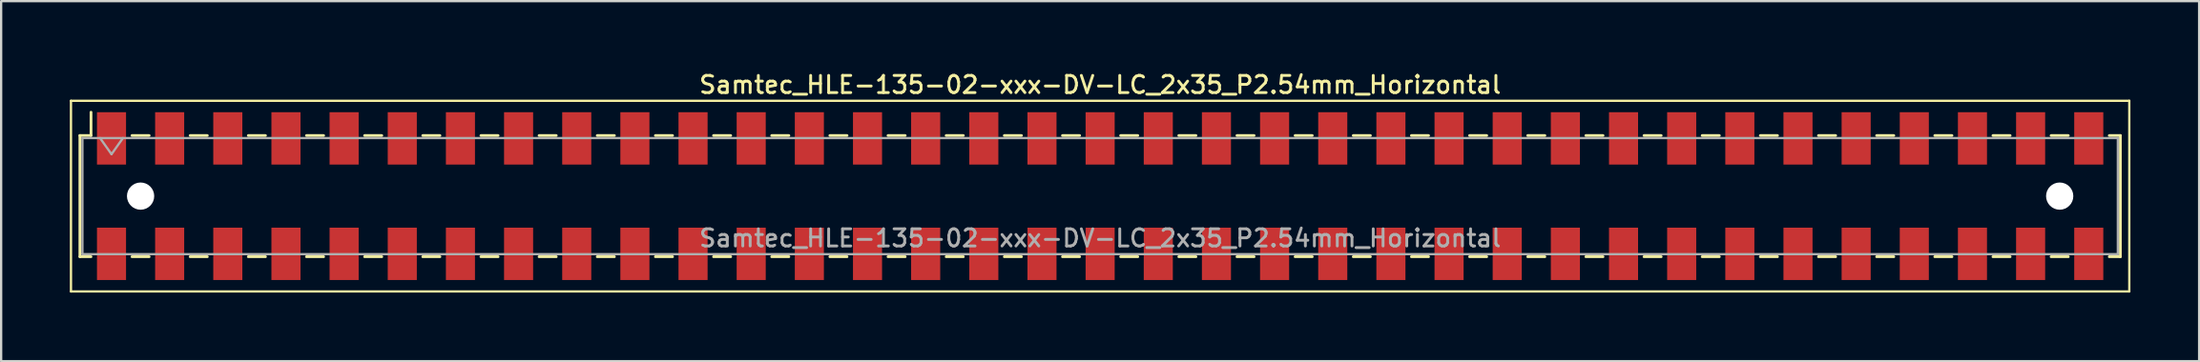
<source format=kicad_pcb>
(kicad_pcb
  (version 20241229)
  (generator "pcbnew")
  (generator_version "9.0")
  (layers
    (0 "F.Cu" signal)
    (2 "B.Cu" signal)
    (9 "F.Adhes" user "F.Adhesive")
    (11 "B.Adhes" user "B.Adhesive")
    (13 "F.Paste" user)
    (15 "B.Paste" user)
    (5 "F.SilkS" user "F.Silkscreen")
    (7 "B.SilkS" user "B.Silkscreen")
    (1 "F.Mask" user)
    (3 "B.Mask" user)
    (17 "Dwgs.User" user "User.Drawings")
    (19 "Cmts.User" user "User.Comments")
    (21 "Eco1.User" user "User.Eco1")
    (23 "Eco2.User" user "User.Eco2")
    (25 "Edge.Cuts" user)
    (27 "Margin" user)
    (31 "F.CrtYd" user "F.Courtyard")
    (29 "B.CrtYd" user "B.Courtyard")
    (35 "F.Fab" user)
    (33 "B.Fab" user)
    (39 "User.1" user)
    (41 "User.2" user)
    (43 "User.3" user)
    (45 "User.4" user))
  (footprint "Samtec_HLE-135-02-xxx-DV-LC_2x35_P2.54mm_Horizontal"
    (layer "F.Cu")
    (at 45 5.528)
    (property "Reference" "Samtec_HLE-135-02-xxx-DV-LC_2x35_P2.54mm_Horizontal" (at 0 -4.87 0) (layer "F.SilkS") (effects (font (size 0.75 0.75) (thickness 0.125))))
    (attr smd)
    (fp_line (start -44.95 -4.17) (end 44.95 -4.17) (stroke (width 0.1) (type solid)) (layer "F.SilkS"))
    (fp_line (start -44.95 4.17) (end -44.95 -4.17) (stroke (width 0.1) (type solid)) (layer "F.SilkS"))
    (fp_line (start -44.56 -2.65) (end -44.56 2.65) (stroke (width 0.12) (type solid)) (layer "F.SilkS"))
    (fp_line (start -44.56 2.65) (end -44.075 2.65) (stroke (width 0.12) (type solid)) (layer "F.SilkS"))
    (fp_line (start -44.075 -3.67) (end -44.075 -2.65) (stroke (width 0.12) (type solid)) (layer "F.SilkS"))
    (fp_line (start -44.075 -2.65) (end -44.56 -2.65) (stroke (width 0.12) (type solid)) (layer "F.SilkS"))
    (fp_line (start -42.285 -2.65) (end -41.535 -2.65) (stroke (width 0.12) (type solid)) (layer "F.SilkS"))
    (fp_line (start -42.285 2.65) (end -41.535 2.65) (stroke (width 0.12) (type solid)) (layer "F.SilkS"))
    (fp_line (start -39.745 -2.65) (end -38.995 -2.65) (stroke (width 0.12) (type solid)) (layer "F.SilkS"))
    (fp_line (start -39.745 2.65) (end -38.995 2.65) (stroke (width 0.12) (type solid)) (layer "F.SilkS"))
    (fp_line (start -37.205 -2.65) (end -36.455 -2.65) (stroke (width 0.12) (type solid)) (layer "F.SilkS"))
    (fp_line (start -37.205 2.65) (end -36.455 2.65) (stroke (width 0.12) (type solid)) (layer "F.SilkS"))
    (fp_line (start -34.665 -2.65) (end -33.915 -2.65) (stroke (width 0.12) (type solid)) (layer "F.SilkS"))
    (fp_line (start -34.665 2.65) (end -33.915 2.65) (stroke (width 0.12) (type solid)) (layer "F.SilkS"))
    (fp_line (start -32.125 -2.65) (end -31.375 -2.65) (stroke (width 0.12) (type solid)) (layer "F.SilkS"))
    (fp_line (start -32.125 2.65) (end -31.375 2.65) (stroke (width 0.12) (type solid)) (layer "F.SilkS"))
    (fp_line (start -29.585 -2.65) (end -28.835 -2.65) (stroke (width 0.12) (type solid)) (layer "F.SilkS"))
    (fp_line (start -29.585 2.65) (end -28.835 2.65) (stroke (width 0.12) (type solid)) (layer "F.SilkS"))
    (fp_line (start -27.045 -2.65) (end -26.295 -2.65) (stroke (width 0.12) (type solid)) (layer "F.SilkS"))
    (fp_line (start -27.045 2.65) (end -26.295 2.65) (stroke (width 0.12) (type solid)) (layer "F.SilkS"))
    (fp_line (start -24.505 -2.65) (end -23.755 -2.65) (stroke (width 0.12) (type solid)) (layer "F.SilkS"))
    (fp_line (start -24.505 2.65) (end -23.755 2.65) (stroke (width 0.12) (type solid)) (layer "F.SilkS"))
    (fp_line (start -21.965 -2.65) (end -21.215 -2.65) (stroke (width 0.12) (type solid)) (layer "F.SilkS"))
    (fp_line (start -21.965 2.65) (end -21.215 2.65) (stroke (width 0.12) (type solid)) (layer "F.SilkS"))
    (fp_line (start -19.425 -2.65) (end -18.675 -2.65) (stroke (width 0.12) (type solid)) (layer "F.SilkS"))
    (fp_line (start -19.425 2.65) (end -18.675 2.65) (stroke (width 0.12) (type solid)) (layer "F.SilkS"))
    (fp_line (start -16.885 -2.65) (end -16.135 -2.65) (stroke (width 0.12) (type solid)) (layer "F.SilkS"))
    (fp_line (start -16.885 2.65) (end -16.135 2.65) (stroke (width 0.12) (type solid)) (layer "F.SilkS"))
    (fp_line (start -14.345 -2.65) (end -13.595 -2.65) (stroke (width 0.12) (type solid)) (layer "F.SilkS"))
    (fp_line (start -14.345 2.65) (end -13.595 2.65) (stroke (width 0.12) (type solid)) (layer "F.SilkS"))
    (fp_line (start -11.805 -2.65) (end -11.055 -2.65) (stroke (width 0.12) (type solid)) (layer "F.SilkS"))
    (fp_line (start -11.805 2.65) (end -11.055 2.65) (stroke (width 0.12) (type solid)) (layer "F.SilkS"))
    (fp_line (start -9.265 -2.65) (end -8.515 -2.65) (stroke (width 0.12) (type solid)) (layer "F.SilkS"))
    (fp_line (start -9.265 2.65) (end -8.515 2.65) (stroke (width 0.12) (type solid)) (layer "F.SilkS"))
    (fp_line (start -6.725 -2.65) (end -5.975 -2.65) (stroke (width 0.12) (type solid)) (layer "F.SilkS"))
    (fp_line (start -6.725 2.65) (end -5.975 2.65) (stroke (width 0.12) (type solid)) (layer "F.SilkS"))
    (fp_line (start -4.185 -2.65) (end -3.435 -2.65) (stroke (width 0.12) (type solid)) (layer "F.SilkS"))
    (fp_line (start -4.185 2.65) (end -3.435 2.65) (stroke (width 0.12) (type solid)) (layer "F.SilkS"))
    (fp_line (start -1.645 -2.65) (end -0.895 -2.65) (stroke (width 0.12) (type solid)) (layer "F.SilkS"))
    (fp_line (start -1.645 2.65) (end -0.895 2.65) (stroke (width 0.12) (type solid)) (layer "F.SilkS"))
    (fp_line (start 0.895 -2.65) (end 1.645 -2.65) (stroke (width 0.12) (type solid)) (layer "F.SilkS"))
    (fp_line (start 0.895 2.65) (end 1.645 2.65) (stroke (width 0.12) (type solid)) (layer "F.SilkS"))
    (fp_line (start 3.435 -2.65) (end 4.185 -2.65) (stroke (width 0.12) (type solid)) (layer "F.SilkS"))
    (fp_line (start 3.435 2.65) (end 4.185 2.65) (stroke (width 0.12) (type solid)) (layer "F.SilkS"))
    (fp_line (start 5.975 -2.65) (end 6.725 -2.65) (stroke (width 0.12) (type solid)) (layer "F.SilkS"))
    (fp_line (start 5.975 2.65) (end 6.725 2.65) (stroke (width 0.12) (type solid)) (layer "F.SilkS"))
    (fp_line (start 8.515 -2.65) (end 9.265 -2.65) (stroke (width 0.12) (type solid)) (layer "F.SilkS"))
    (fp_line (start 8.515 2.65) (end 9.265 2.65) (stroke (width 0.12) (type solid)) (layer "F.SilkS"))
    (fp_line (start 11.055 -2.65) (end 11.805 -2.65) (stroke (width 0.12) (type solid)) (layer "F.SilkS"))
    (fp_line (start 11.055 2.65) (end 11.805 2.65) (stroke (width 0.12) (type solid)) (layer "F.SilkS"))
    (fp_line (start 13.595 -2.65) (end 14.345 -2.65) (stroke (width 0.12) (type solid)) (layer "F.SilkS"))
    (fp_line (start 13.595 2.65) (end 14.345 2.65) (stroke (width 0.12) (type solid)) (layer "F.SilkS"))
    (fp_line (start 16.135 -2.65) (end 16.885 -2.65) (stroke (width 0.12) (type solid)) (layer "F.SilkS"))
    (fp_line (start 16.135 2.65) (end 16.885 2.65) (stroke (width 0.12) (type solid)) (layer "F.SilkS"))
    (fp_line (start 18.675 -2.65) (end 19.425 -2.65) (stroke (width 0.12) (type solid)) (layer "F.SilkS"))
    (fp_line (start 18.675 2.65) (end 19.425 2.65) (stroke (width 0.12) (type solid)) (layer "F.SilkS"))
    (fp_line (start 21.215 -2.65) (end 21.965 -2.65) (stroke (width 0.12) (type solid)) (layer "F.SilkS"))
    (fp_line (start 21.215 2.65) (end 21.965 2.65) (stroke (width 0.12) (type solid)) (layer "F.SilkS"))
    (fp_line (start 23.755 -2.65) (end 24.505 -2.65) (stroke (width 0.12) (type solid)) (layer "F.SilkS"))
    (fp_line (start 23.755 2.65) (end 24.505 2.65) (stroke (width 0.12) (type solid)) (layer "F.SilkS"))
    (fp_line (start 26.295 -2.65) (end 27.045 -2.65) (stroke (width 0.12) (type solid)) (layer "F.SilkS"))
    (fp_line (start 26.295 2.65) (end 27.045 2.65) (stroke (width 0.12) (type solid)) (layer "F.SilkS"))
    (fp_line (start 28.835 -2.65) (end 29.585 -2.65) (stroke (width 0.12) (type solid)) (layer "F.SilkS"))
    (fp_line (start 28.835 2.65) (end 29.585 2.65) (stroke (width 0.12) (type solid)) (layer "F.SilkS"))
    (fp_line (start 31.375 -2.65) (end 32.125 -2.65) (stroke (width 0.12) (type solid)) (layer "F.SilkS"))
    (fp_line (start 31.375 2.65) (end 32.125 2.65) (stroke (width 0.12) (type solid)) (layer "F.SilkS"))
    (fp_line (start 33.915 -2.65) (end 34.665 -2.65) (stroke (width 0.12) (type solid)) (layer "F.SilkS"))
    (fp_line (start 33.915 2.65) (end 34.665 2.65) (stroke (width 0.12) (type solid)) (layer "F.SilkS"))
    (fp_line (start 36.455 -2.65) (end 37.205 -2.65) (stroke (width 0.12) (type solid)) (layer "F.SilkS"))
    (fp_line (start 36.455 2.65) (end 37.205 2.65) (stroke (width 0.12) (type solid)) (layer "F.SilkS"))
    (fp_line (start 38.995 -2.65) (end 39.745 -2.65) (stroke (width 0.12) (type solid)) (layer "F.SilkS"))
    (fp_line (start 38.995 2.65) (end 39.745 2.65) (stroke (width 0.12) (type solid)) (layer "F.SilkS"))
    (fp_line (start 41.535 -2.65) (end 42.285 -2.65) (stroke (width 0.12) (type solid)) (layer "F.SilkS"))
    (fp_line (start 41.535 2.65) (end 42.285 2.65) (stroke (width 0.12) (type solid)) (layer "F.SilkS"))
    (fp_line (start 44.075 -2.65) (end 44.56 -2.65) (stroke (width 0.12) (type solid)) (layer "F.SilkS"))
    (fp_line (start 44.56 -2.65) (end 44.56 2.65) (stroke (width 0.12) (type solid)) (layer "F.SilkS"))
    (fp_line (start 44.56 2.65) (end 44.075 2.65) (stroke (width 0.12) (type solid)) (layer "F.SilkS"))
    (fp_line (start 44.95 -4.17) (end 44.95 4.17) (stroke (width 0.1) (type solid)) (layer "F.SilkS"))
    (fp_line (start 44.95 4.17) (end -44.95 4.17) (stroke (width 0.1) (type solid)) (layer "F.SilkS"))
    (fp_line (start -44.45 -2.54) (end 44.45 -2.54) (stroke (width 0.1) (type solid)) (layer "F.Fab"))
    (fp_line (start -44.45 2.54) (end -44.45 -2.54) (stroke (width 0.1) (type solid)) (layer "F.Fab"))
    (fp_line (start -43.68 -2.54) (end -43.18 -1.833) (stroke (width 0.1) (type solid)) (layer "F.Fab"))
    (fp_line (start -43.18 -1.833) (end -42.68 -2.54) (stroke (width 0.1) (type solid)) (layer "F.Fab"))
    (fp_line (start 44.45 -2.54) (end 44.45 2.54) (stroke (width 0.1) (type solid)) (layer "F.Fab"))
    (fp_line (start 44.45 2.54) (end -44.45 2.54) (stroke (width 0.1) (type solid)) (layer "F.Fab"))
    (fp_text user "${REFERENCE}" (at 0 1.84 0) (layer "F.Fab") (effects (font (size 0.75 0.75) (thickness 0.125))))
    (pad "" np_thru_hole circle (at -41.91 0) (size 1.19 1.19) (drill 1.19) (layers "*.Cu" "*.Mask"))
    (pad "" np_thru_hole circle (at 41.91 0) (size 1.19 1.19) (drill 1.19) (layers "*.Cu" "*.Mask"))
    (pad "1" smd rect (at -43.18 -2.525) (size 1.27 2.29) (layers "F.Cu" "F.Mask" "F.Paste"))
    (pad "2" smd rect (at -43.18 2.525) (size 1.27 2.29) (layers "F.Cu" "F.Mask" "F.Paste"))
    (pad "3" smd rect (at -40.64 -2.525) (size 1.27 2.29) (layers "F.Cu" "F.Mask" "F.Paste"))
    (pad "4" smd rect (at -40.64 2.525) (size 1.27 2.29) (layers "F.Cu" "F.Mask" "F.Paste"))
    (pad "5" smd rect (at -38.1 -2.525) (size 1.27 2.29) (layers "F.Cu" "F.Mask" "F.Paste"))
    (pad "6" smd rect (at -38.1 2.525) (size 1.27 2.29) (layers "F.Cu" "F.Mask" "F.Paste"))
    (pad "7" smd rect (at -35.56 -2.525) (size 1.27 2.29) (layers "F.Cu" "F.Mask" "F.Paste"))
    (pad "8" smd rect (at -35.56 2.525) (size 1.27 2.29) (layers "F.Cu" "F.Mask" "F.Paste"))
    (pad "9" smd rect (at -33.02 -2.525) (size 1.27 2.29) (layers "F.Cu" "F.Mask" "F.Paste"))
    (pad "10" smd rect (at -33.02 2.525) (size 1.27 2.29) (layers "F.Cu" "F.Mask" "F.Paste"))
    (pad "11" smd rect (at -30.48 -2.525) (size 1.27 2.29) (layers "F.Cu" "F.Mask" "F.Paste"))
    (pad "12" smd rect (at -30.48 2.525) (size 1.27 2.29) (layers "F.Cu" "F.Mask" "F.Paste"))
    (pad "13" smd rect (at -27.94 -2.525) (size 1.27 2.29) (layers "F.Cu" "F.Mask" "F.Paste"))
    (pad "14" smd rect (at -27.94 2.525) (size 1.27 2.29) (layers "F.Cu" "F.Mask" "F.Paste"))
    (pad "15" smd rect (at -25.4 -2.525) (size 1.27 2.29) (layers "F.Cu" "F.Mask" "F.Paste"))
    (pad "16" smd rect (at -25.4 2.525) (size 1.27 2.29) (layers "F.Cu" "F.Mask" "F.Paste"))
    (pad "17" smd rect (at -22.86 -2.525) (size 1.27 2.29) (layers "F.Cu" "F.Mask" "F.Paste"))
    (pad "18" smd rect (at -22.86 2.525) (size 1.27 2.29) (layers "F.Cu" "F.Mask" "F.Paste"))
    (pad "19" smd rect (at -20.32 -2.525) (size 1.27 2.29) (layers "F.Cu" "F.Mask" "F.Paste"))
    (pad "20" smd rect (at -20.32 2.525) (size 1.27 2.29) (layers "F.Cu" "F.Mask" "F.Paste"))
    (pad "21" smd rect (at -17.78 -2.525) (size 1.27 2.29) (layers "F.Cu" "F.Mask" "F.Paste"))
    (pad "22" smd rect (at -17.78 2.525) (size 1.27 2.29) (layers "F.Cu" "F.Mask" "F.Paste"))
    (pad "23" smd rect (at -15.24 -2.525) (size 1.27 2.29) (layers "F.Cu" "F.Mask" "F.Paste"))
    (pad "24" smd rect (at -15.24 2.525) (size 1.27 2.29) (layers "F.Cu" "F.Mask" "F.Paste"))
    (pad "25" smd rect (at -12.7 -2.525) (size 1.27 2.29) (layers "F.Cu" "F.Mask" "F.Paste"))
    (pad "26" smd rect (at -12.7 2.525) (size 1.27 2.29) (layers "F.Cu" "F.Mask" "F.Paste"))
    (pad "27" smd rect (at -10.16 -2.525) (size 1.27 2.29) (layers "F.Cu" "F.Mask" "F.Paste"))
    (pad "28" smd rect (at -10.16 2.525) (size 1.27 2.29) (layers "F.Cu" "F.Mask" "F.Paste"))
    (pad "29" smd rect (at -7.62 -2.525) (size 1.27 2.29) (layers "F.Cu" "F.Mask" "F.Paste"))
    (pad "30" smd rect (at -7.62 2.525) (size 1.27 2.29) (layers "F.Cu" "F.Mask" "F.Paste"))
    (pad "31" smd rect (at -5.08 -2.525) (size 1.27 2.29) (layers "F.Cu" "F.Mask" "F.Paste"))
    (pad "32" smd rect (at -5.08 2.525) (size 1.27 2.29) (layers "F.Cu" "F.Mask" "F.Paste"))
    (pad "33" smd rect (at -2.54 -2.525) (size 1.27 2.29) (layers "F.Cu" "F.Mask" "F.Paste"))
    (pad "34" smd rect (at -2.54 2.525) (size 1.27 2.29) (layers "F.Cu" "F.Mask" "F.Paste"))
    (pad "35" smd rect (at 0 -2.525) (size 1.27 2.29) (layers "F.Cu" "F.Mask" "F.Paste"))
    (pad "36" smd rect (at 0 2.525) (size 1.27 2.29) (layers "F.Cu" "F.Mask" "F.Paste"))
    (pad "37" smd rect (at 2.54 -2.525) (size 1.27 2.29) (layers "F.Cu" "F.Mask" "F.Paste"))
    (pad "38" smd rect (at 2.54 2.525) (size 1.27 2.29) (layers "F.Cu" "F.Mask" "F.Paste"))
    (pad "39" smd rect (at 5.08 -2.525) (size 1.27 2.29) (layers "F.Cu" "F.Mask" "F.Paste"))
    (pad "40" smd rect (at 5.08 2.525) (size 1.27 2.29) (layers "F.Cu" "F.Mask" "F.Paste"))
    (pad "41" smd rect (at 7.62 -2.525) (size 1.27 2.29) (layers "F.Cu" "F.Mask" "F.Paste"))
    (pad "42" smd rect (at 7.62 2.525) (size 1.27 2.29) (layers "F.Cu" "F.Mask" "F.Paste"))
    (pad "43" smd rect (at 10.16 -2.525) (size 1.27 2.29) (layers "F.Cu" "F.Mask" "F.Paste"))
    (pad "44" smd rect (at 10.16 2.525) (size 1.27 2.29) (layers "F.Cu" "F.Mask" "F.Paste"))
    (pad "45" smd rect (at 12.7 -2.525) (size 1.27 2.29) (layers "F.Cu" "F.Mask" "F.Paste"))
    (pad "46" smd rect (at 12.7 2.525) (size 1.27 2.29) (layers "F.Cu" "F.Mask" "F.Paste"))
    (pad "47" smd rect (at 15.24 -2.525) (size 1.27 2.29) (layers "F.Cu" "F.Mask" "F.Paste"))
    (pad "48" smd rect (at 15.24 2.525) (size 1.27 2.29) (layers "F.Cu" "F.Mask" "F.Paste"))
    (pad "49" smd rect (at 17.78 -2.525) (size 1.27 2.29) (layers "F.Cu" "F.Mask" "F.Paste"))
    (pad "50" smd rect (at 17.78 2.525) (size 1.27 2.29) (layers "F.Cu" "F.Mask" "F.Paste"))
    (pad "51" smd rect (at 20.32 -2.525) (size 1.27 2.29) (layers "F.Cu" "F.Mask" "F.Paste"))
    (pad "52" smd rect (at 20.32 2.525) (size 1.27 2.29) (layers "F.Cu" "F.Mask" "F.Paste"))
    (pad "53" smd rect (at 22.86 -2.525) (size 1.27 2.29) (layers "F.Cu" "F.Mask" "F.Paste"))
    (pad "54" smd rect (at 22.86 2.525) (size 1.27 2.29) (layers "F.Cu" "F.Mask" "F.Paste"))
    (pad "55" smd rect (at 25.4 -2.525) (size 1.27 2.29) (layers "F.Cu" "F.Mask" "F.Paste"))
    (pad "56" smd rect (at 25.4 2.525) (size 1.27 2.29) (layers "F.Cu" "F.Mask" "F.Paste"))
    (pad "57" smd rect (at 27.94 -2.525) (size 1.27 2.29) (layers "F.Cu" "F.Mask" "F.Paste"))
    (pad "58" smd rect (at 27.94 2.525) (size 1.27 2.29) (layers "F.Cu" "F.Mask" "F.Paste"))
    (pad "59" smd rect (at 30.48 -2.525) (size 1.27 2.29) (layers "F.Cu" "F.Mask" "F.Paste"))
    (pad "60" smd rect (at 30.48 2.525) (size 1.27 2.29) (layers "F.Cu" "F.Mask" "F.Paste"))
    (pad "61" smd rect (at 33.02 -2.525) (size 1.27 2.29) (layers "F.Cu" "F.Mask" "F.Paste"))
    (pad "62" smd rect (at 33.02 2.525) (size 1.27 2.29) (layers "F.Cu" "F.Mask" "F.Paste"))
    (pad "63" smd rect (at 35.56 -2.525) (size 1.27 2.29) (layers "F.Cu" "F.Mask" "F.Paste"))
    (pad "64" smd rect (at 35.56 2.525) (size 1.27 2.29) (layers "F.Cu" "F.Mask" "F.Paste"))
    (pad "65" smd rect (at 38.1 -2.525) (size 1.27 2.29) (layers "F.Cu" "F.Mask" "F.Paste"))
    (pad "66" smd rect (at 38.1 2.525) (size 1.27 2.29) (layers "F.Cu" "F.Mask" "F.Paste"))
    (pad "67" smd rect (at 40.64 -2.525) (size 1.27 2.29) (layers "F.Cu" "F.Mask" "F.Paste"))
    (pad "68" smd rect (at 40.64 2.525) (size 1.27 2.29) (layers "F.Cu" "F.Mask" "F.Paste"))
    (pad "69" smd rect (at 43.18 -2.525) (size 1.27 2.29) (layers "F.Cu" "F.Mask" "F.Paste"))
    (pad "70" smd rect (at 43.18 2.525) (size 1.27 2.29) (layers "F.Cu" "F.Mask" "F.Paste")))
  (gr_rect
    (start -3 -3)
    (end 93 12.748)
    (stroke (width 0.1) (type default))
    (fill no)
    (layer "Edge.Cuts")))
</source>
